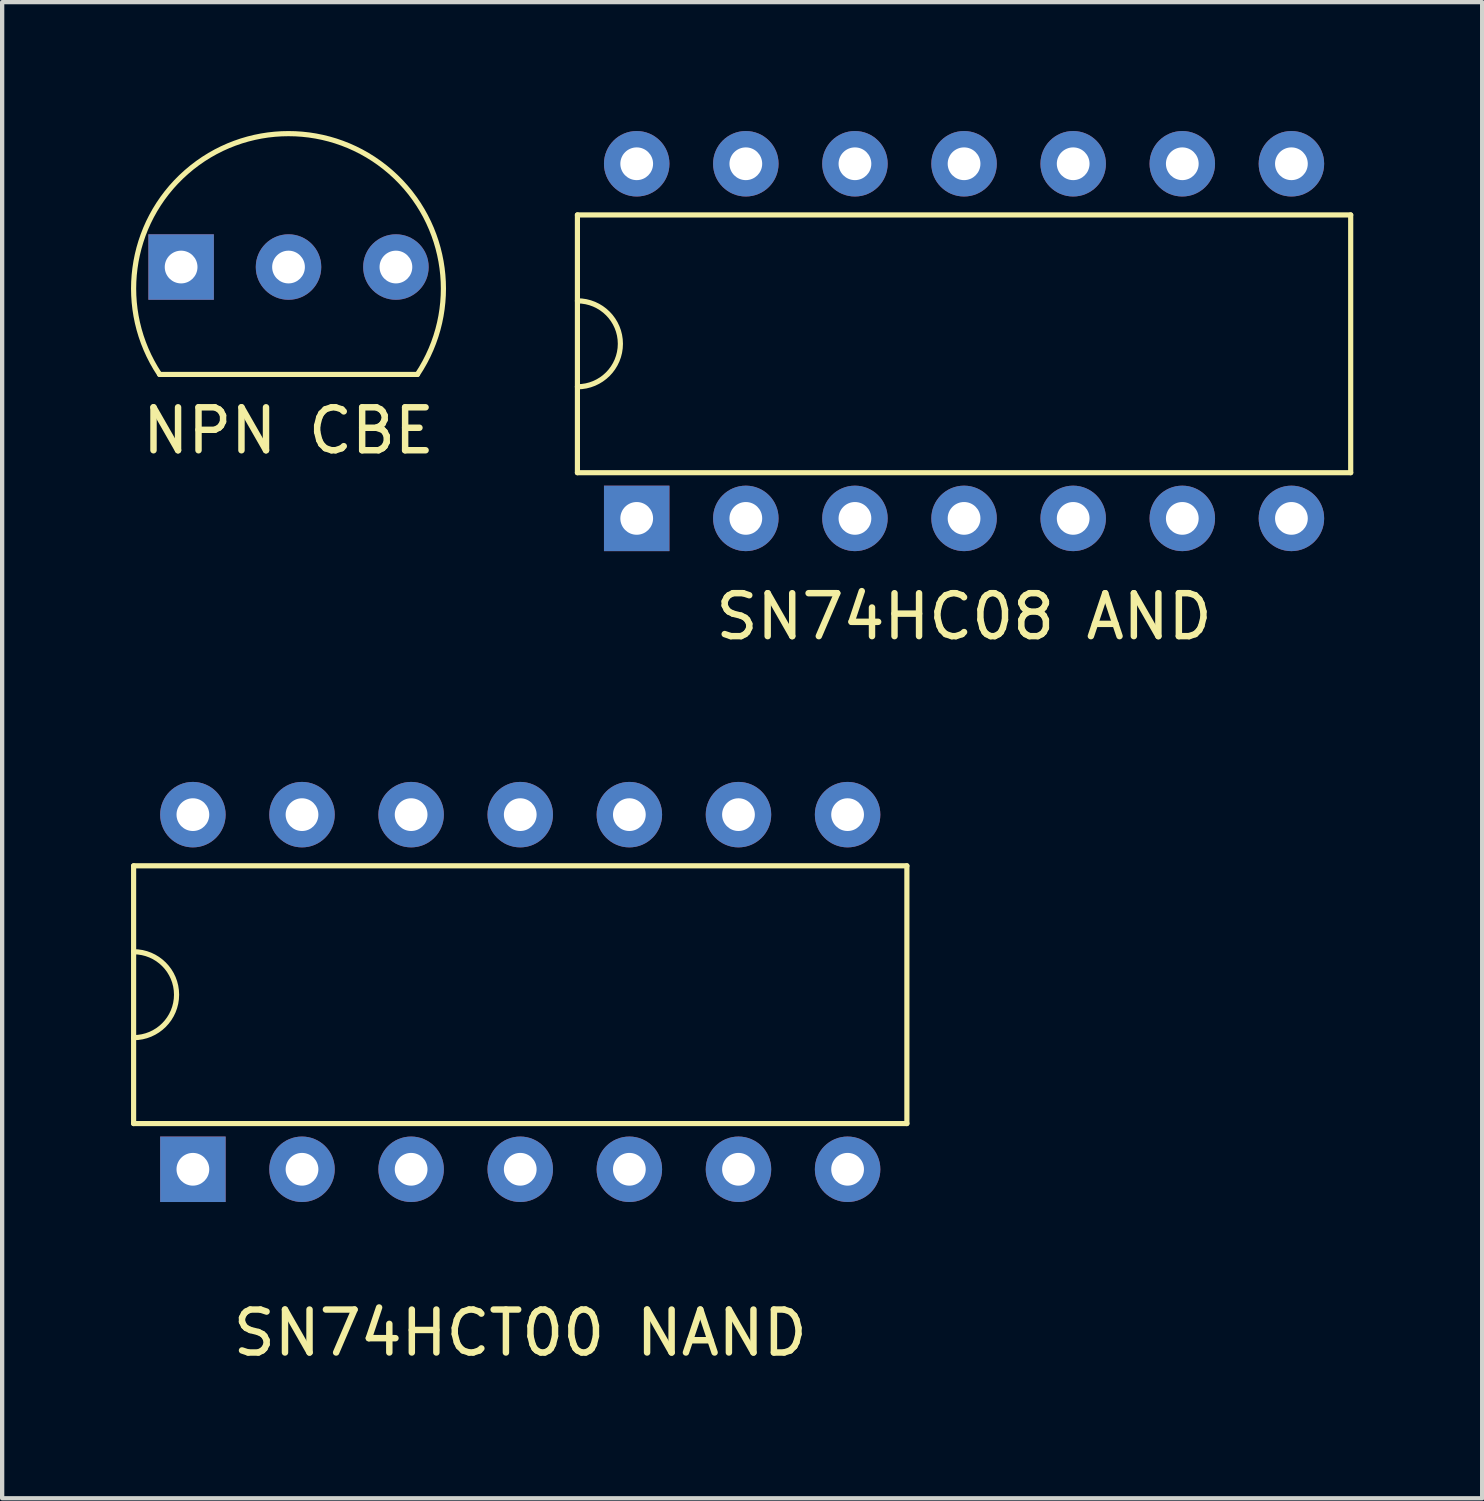
<source format=kicad_pcb>
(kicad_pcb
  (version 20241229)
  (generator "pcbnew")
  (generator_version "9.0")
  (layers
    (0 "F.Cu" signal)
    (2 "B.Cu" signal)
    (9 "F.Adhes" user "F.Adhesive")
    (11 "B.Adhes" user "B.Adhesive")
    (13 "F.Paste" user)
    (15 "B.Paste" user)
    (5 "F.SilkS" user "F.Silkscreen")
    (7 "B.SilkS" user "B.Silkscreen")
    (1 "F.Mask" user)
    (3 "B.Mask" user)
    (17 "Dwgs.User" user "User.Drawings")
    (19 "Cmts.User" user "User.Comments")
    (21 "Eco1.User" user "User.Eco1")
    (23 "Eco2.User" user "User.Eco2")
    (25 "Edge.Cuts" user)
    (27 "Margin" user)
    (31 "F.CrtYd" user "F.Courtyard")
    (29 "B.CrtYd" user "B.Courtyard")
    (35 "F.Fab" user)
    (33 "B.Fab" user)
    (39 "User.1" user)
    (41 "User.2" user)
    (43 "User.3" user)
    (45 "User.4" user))
  (footprint "SN74HCT00 NAND"
    (layer "F.Cu")
    (at 9.06 20.104)
    (property "Reference" "SN74HCT00 NAND" (at 0 7.874 0) (layer "F.SilkS") (effects (font (size 1 1) (thickness 0.15))))
    (attr through_hole)
    (fp_line (start -9 -3) (end 9 -3) (stroke (width 0.12) (type solid)) (layer "F.SilkS"))
    (fp_line (start -9 3) (end -9 -3) (stroke (width 0.12) (type solid)) (layer "F.SilkS"))
    (fp_line (start 9 -3) (end 9 3) (stroke (width 0.12) (type solid)) (layer "F.SilkS"))
    (fp_line (start 9 3) (end -9 3) (stroke (width 0.12) (type solid)) (layer "F.SilkS"))
    (fp_arc (start -9 -1) (mid -8 0) (end -9 1) (stroke (width 0.12) (type solid)) (layer "F.SilkS"))
    (pad "1" thru_hole rect (at -7.62 4.064) (size 1.524 1.524) (drill 0.762) (layers "*.Cu" "*.Mask"))
    (pad "2" thru_hole circle (at -5.08 4.064) (size 1.524 1.524) (drill 0.762) (layers "*.Cu" "*.Mask"))
    (pad "3" thru_hole circle (at -2.54 4.064) (size 1.524 1.524) (drill 0.762) (layers "*.Cu" "*.Mask"))
    (pad "4" thru_hole circle (at 0 4.064) (size 1.524 1.524) (drill 0.762) (layers "*.Cu" "*.Mask"))
    (pad "5" thru_hole circle (at 2.54 4.064) (size 1.524 1.524) (drill 0.762) (layers "*.Cu" "*.Mask"))
    (pad "6" thru_hole circle (at 5.08 4.064) (size 1.524 1.524) (drill 0.762) (layers "*.Cu" "*.Mask"))
    (pad "7" thru_hole circle (at 7.62 4.064) (size 1.524 1.524) (drill 0.762) (layers "*.Cu" "*.Mask"))
    (pad "8" thru_hole circle (at 7.62 -4.191) (size 1.524 1.524) (drill 0.762) (layers "*.Cu" "*.Mask"))
    (pad "9" thru_hole circle (at 5.08 -4.191) (size 1.524 1.524) (drill 0.762) (layers "*.Cu" "*.Mask"))
    (pad "10" thru_hole circle (at 2.54 -4.191) (size 1.524 1.524) (drill 0.762) (layers "*.Cu" "*.Mask"))
    (pad "11" thru_hole circle (at 0 -4.191) (size 1.524 1.524) (drill 0.762) (layers "*.Cu" "*.Mask"))
    (pad "12" thru_hole circle (at -2.54 -4.191) (size 1.524 1.524) (drill 0.762) (layers "*.Cu" "*.Mask"))
    (pad "13" thru_hole circle (at -5.08 -4.191) (size 1.524 1.524) (drill 0.762) (layers "*.Cu" "*.Mask"))
    (pad "14" thru_hole circle (at -7.62 -4.191) (size 1.524 1.524) (drill 0.762) (layers "*.Cu" "*.Mask")))
  (footprint "NPN CBE"
    (layer "F.Cu")
    (at 3.666 3.166)
    (property "Reference" "NPN CBE" (at 0 3.81 0) (layer "F.SilkS") (effects (font (size 1 1) (thickness 0.15))))
    (attr through_hole)
    (fp_line (start -3 2.5) (end 3 2.5) (stroke (width 0.12) (type solid)) (layer "F.SilkS"))
    (fp_arc (start -2.999998 2.5) (mid 0.000001 -3.105549) (end 3 2.5) (stroke (width 0.12) (type solid)) (layer "F.SilkS"))
    (pad "1" thru_hole rect (at -2.5 0) (size 1.524 1.524) (drill 0.762) (layers "*.Cu" "*.Mask"))
    (pad "2" thru_hole circle (at 0 0) (size 1.524 1.524) (drill 0.762) (layers "*.Cu" "*.Mask"))
    (pad "3" thru_hole circle (at 2.5 0) (size 1.524 1.524) (drill 0.762) (layers "*.Cu" "*.Mask")))
  (footprint "SN74HC08 AND"
    (layer "F.Cu")
    (at 19.391 4.953)
    (property "Reference" "SN74HC08 AND" (at 0 6.35 0) (layer "F.SilkS") (effects (font (size 1 1) (thickness 0.15))))
    (attr through_hole)
    (fp_line (start -9 -3) (end 9 -3) (stroke (width 0.12) (type solid)) (layer "F.SilkS"))
    (fp_line (start -9 3) (end -9 -3) (stroke (width 0.12) (type solid)) (layer "F.SilkS"))
    (fp_line (start 9 -3) (end 9 3) (stroke (width 0.12) (type solid)) (layer "F.SilkS"))
    (fp_line (start 9 3) (end -9 3) (stroke (width 0.12) (type solid)) (layer "F.SilkS"))
    (fp_arc (start -9 -1) (mid -8 0) (end -9 1) (stroke (width 0.12) (type solid)) (layer "F.SilkS"))
    (pad "1" thru_hole rect (at -7.62 4.064) (size 1.524 1.524) (drill 0.762) (layers "*.Cu" "*.Mask"))
    (pad "2" thru_hole circle (at -5.08 4.064) (size 1.524 1.524) (drill 0.762) (layers "*.Cu" "*.Mask"))
    (pad "3" thru_hole circle (at -2.54 4.064) (size 1.524 1.524) (drill 0.762) (layers "*.Cu" "*.Mask"))
    (pad "4" thru_hole circle (at 0 4.064) (size 1.524 1.524) (drill 0.762) (layers "*.Cu" "*.Mask"))
    (pad "5" thru_hole circle (at 2.54 4.064) (size 1.524 1.524) (drill 0.762) (layers "*.Cu" "*.Mask"))
    (pad "6" thru_hole circle (at 5.08 4.064) (size 1.524 1.524) (drill 0.762) (layers "*.Cu" "*.Mask"))
    (pad "7" thru_hole circle (at 7.62 4.064) (size 1.524 1.524) (drill 0.762) (layers "*.Cu" "*.Mask"))
    (pad "8" thru_hole circle (at 7.62 -4.191) (size 1.524 1.524) (drill 0.762) (layers "*.Cu" "*.Mask"))
    (pad "9" thru_hole circle (at 5.08 -4.191) (size 1.524 1.524) (drill 0.762) (layers "*.Cu" "*.Mask"))
    (pad "10" thru_hole circle (at 2.54 -4.191) (size 1.524 1.524) (drill 0.762) (layers "*.Cu" "*.Mask"))
    (pad "11" thru_hole circle (at 0 -4.191) (size 1.524 1.524) (drill 0.762) (layers "*.Cu" "*.Mask"))
    (pad "12" thru_hole circle (at -2.54 -4.191) (size 1.524 1.524) (drill 0.762) (layers "*.Cu" "*.Mask"))
    (pad "13" thru_hole circle (at -5.08 -4.191) (size 1.524 1.524) (drill 0.762) (layers "*.Cu" "*.Mask"))
    (pad "14" thru_hole circle (at -7.62 -4.191) (size 1.524 1.524) (drill 0.762) (layers "*.Cu" "*.Mask")))
  (gr_rect
    (start -3 -3)
    (end 31.451 31.826)
    (stroke (width 0.1) (type default))
    (fill no)
    (layer "Edge.Cuts")))
</source>
